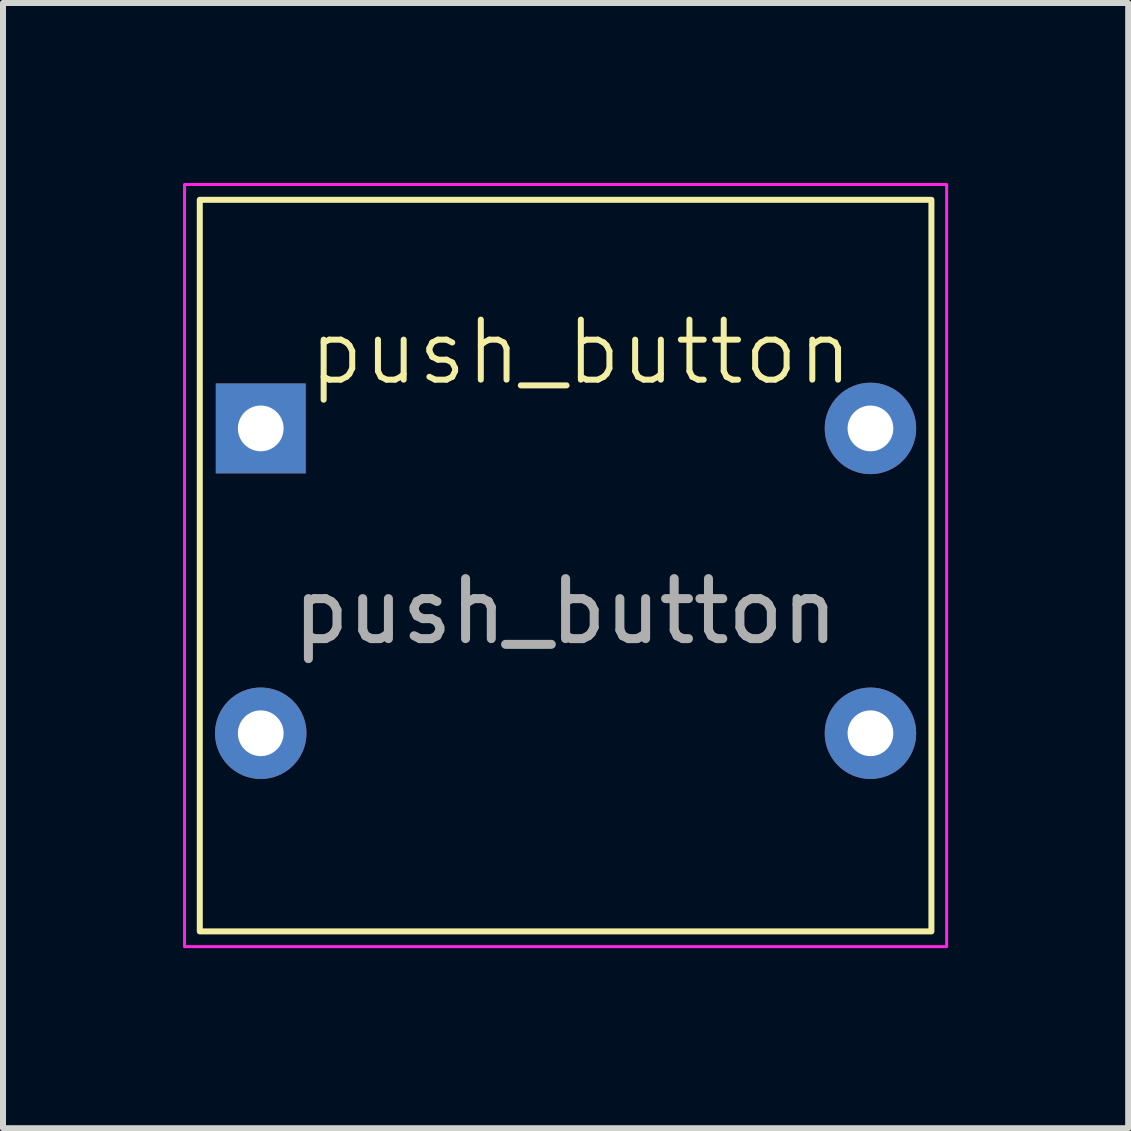
<source format=kicad_pcb>
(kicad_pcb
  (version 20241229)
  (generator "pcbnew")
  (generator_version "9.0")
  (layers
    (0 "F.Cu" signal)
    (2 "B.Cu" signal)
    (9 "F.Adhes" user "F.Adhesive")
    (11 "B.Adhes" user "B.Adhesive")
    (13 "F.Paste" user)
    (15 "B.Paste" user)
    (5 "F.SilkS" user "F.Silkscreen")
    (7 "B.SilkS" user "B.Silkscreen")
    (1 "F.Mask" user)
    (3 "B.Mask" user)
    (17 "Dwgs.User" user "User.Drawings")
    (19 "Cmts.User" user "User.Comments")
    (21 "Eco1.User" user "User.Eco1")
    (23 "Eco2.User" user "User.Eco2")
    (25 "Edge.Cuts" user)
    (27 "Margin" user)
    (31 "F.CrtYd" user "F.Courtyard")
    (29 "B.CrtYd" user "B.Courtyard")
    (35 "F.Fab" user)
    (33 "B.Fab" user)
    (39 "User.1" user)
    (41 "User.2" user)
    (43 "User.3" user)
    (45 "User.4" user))
  (footprint "push_button"
    (layer "F.Cu")
    (at 5.867 6.121)
    (property "Reference" "push_button" (at 0.762 -3.302 0) (unlocked yes) (layer "F.SilkS") (effects (font (size 1 1) (thickness 0.1))))
    (attr through_hole)
    (fp_rect (start -5.588 -5.842) (end 6.604 6.35) (stroke (width 0.1) (type default)) (fill no) (layer "F.SilkS"))
    (fp_rect (start -5.842 -6.096) (end 6.858 6.604) (stroke (width 0.05) (type default)) (fill no) (layer "F.CrtYd"))
    (fp_text user "${REFERENCE}" (at 0.508 1.016 0) (unlocked yes) (layer "F.Fab") (effects (font (size 1 1) (thickness 0.15))))
    (pad "1" thru_hole rect (at -4.572 -2.032) (size 1.498 1.498) (drill 0.762) (layers "*.Cu" "*.Mask"))
    (pad "1" thru_hole circle (at 5.588 -2.032) (size 1.524 1.524) (drill 0.762) (layers "*.Cu" "*.Mask"))
    (pad "2" thru_hole circle (at -4.572 3.048) (size 1.524 1.524) (drill 0.762) (layers "*.Cu" "*.Mask"))
    (pad "2" thru_hole circle (at 5.588 3.048) (size 1.524 1.524) (drill 0.762) (layers "*.Cu" "*.Mask")))
  (gr_rect
    (start -3 -3)
    (end 15.75 15.75)
    (stroke (width 0.1) (type default))
    (fill no)
    (layer "Edge.Cuts")))
</source>
